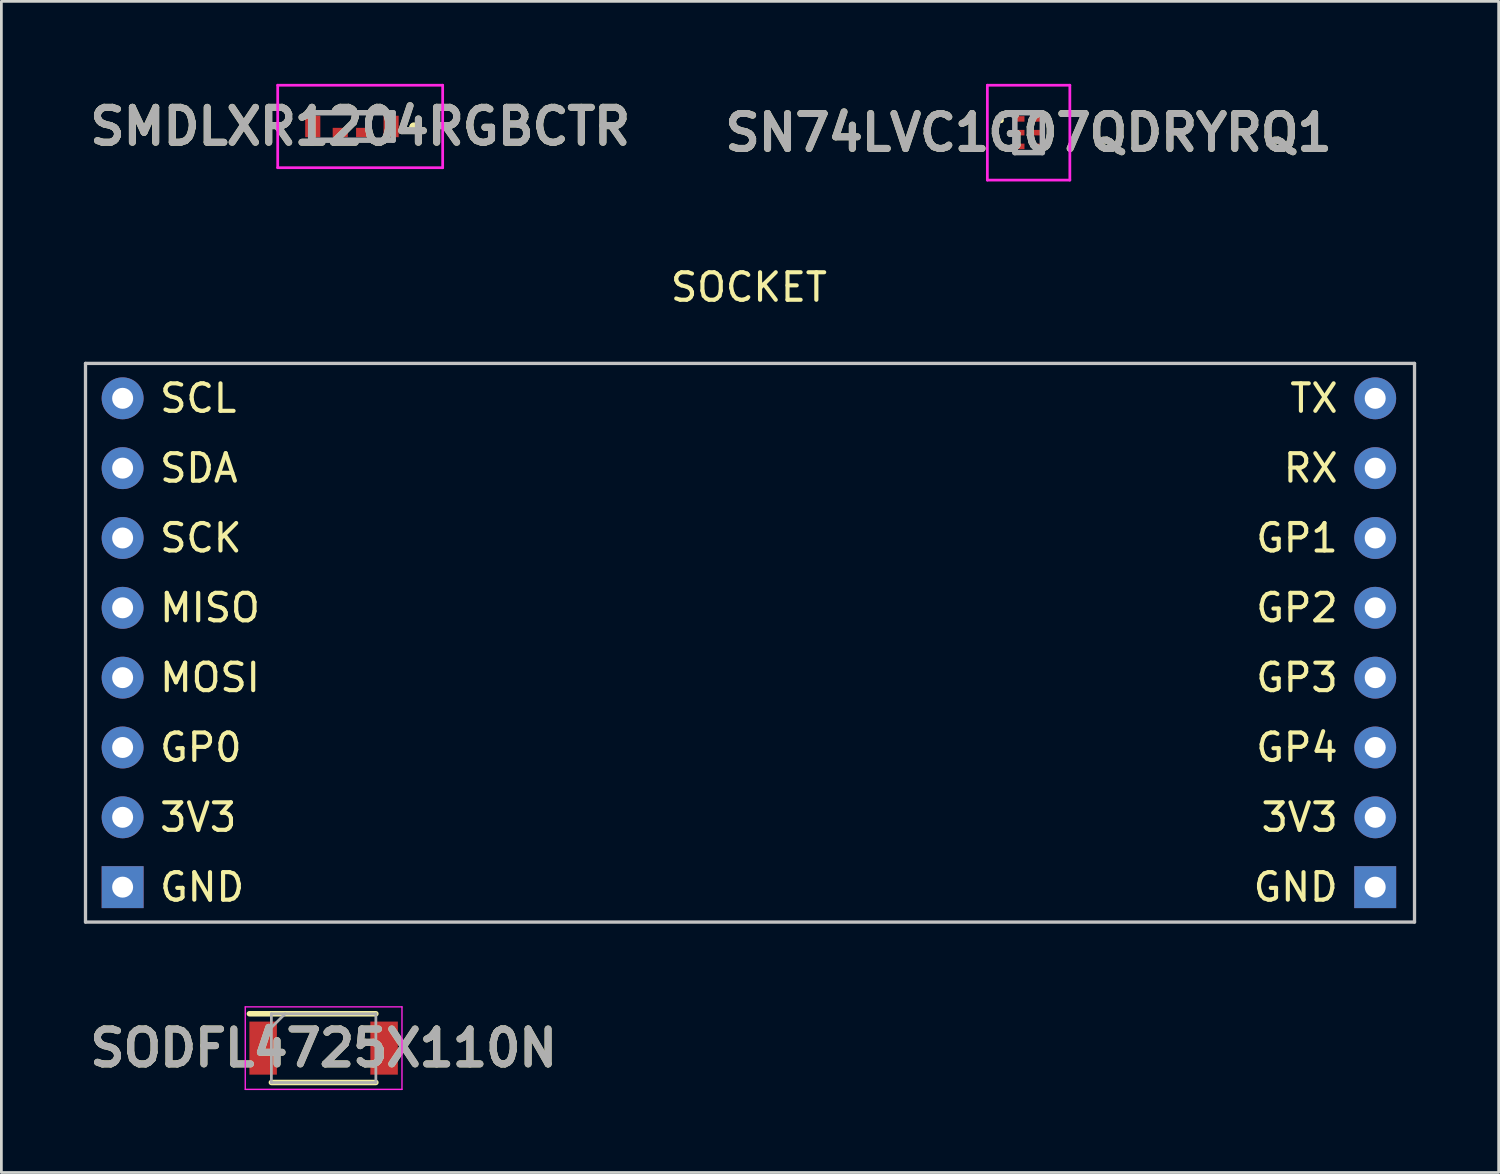
<source format=kicad_pcb>
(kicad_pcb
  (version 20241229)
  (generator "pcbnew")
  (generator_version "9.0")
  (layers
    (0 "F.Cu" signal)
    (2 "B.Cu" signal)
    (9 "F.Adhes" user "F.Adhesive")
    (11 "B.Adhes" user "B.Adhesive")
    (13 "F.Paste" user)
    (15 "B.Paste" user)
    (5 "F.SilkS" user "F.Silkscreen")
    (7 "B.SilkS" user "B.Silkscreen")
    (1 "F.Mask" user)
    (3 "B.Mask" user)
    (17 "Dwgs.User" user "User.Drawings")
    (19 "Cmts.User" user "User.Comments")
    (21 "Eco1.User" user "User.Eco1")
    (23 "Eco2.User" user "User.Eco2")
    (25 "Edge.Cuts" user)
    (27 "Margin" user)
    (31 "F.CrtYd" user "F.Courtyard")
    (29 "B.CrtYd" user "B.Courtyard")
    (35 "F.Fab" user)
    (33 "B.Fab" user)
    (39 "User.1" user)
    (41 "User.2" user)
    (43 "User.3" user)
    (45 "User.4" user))
  (footprint "SN74LVC1G07QDRYRQ1"
    (layer "F.Cu")
    (at 34.363 1.775)
    (property "Reference" "SN74LVC1G07QDRYRQ1" (at 0 0 0) (layer "F.SilkS") (effects (font (size 1.27 1.27) (thickness 0.254))))
    (attr smd)
    (fp_line (start -1 -0.5) (end -1 -0.5) (stroke (width 0.1) (type solid)) (layer "F.SilkS"))
    (fp_line (start -1 -0.4) (end -1 -0.4) (stroke (width 0.1) (type solid)) (layer "F.SilkS"))
    (fp_arc (start -1 -0.5) (mid -0.95 -0.45) (end -1 -0.4) (stroke (width 0.1) (type solid)) (layer "F.SilkS"))
    (fp_arc (start -1 -0.4) (mid -1.05 -0.45) (end -1 -0.5) (stroke (width 0.1) (type solid)) (layer "F.SilkS"))
    (fp_line (start -1.5 -1.725) (end 1.5 -1.725) (stroke (width 0.1) (type solid)) (layer "F.CrtYd"))
    (fp_line (start -1.5 1.725) (end -1.5 -1.725) (stroke (width 0.1) (type solid)) (layer "F.CrtYd"))
    (fp_line (start 1.5 -1.725) (end 1.5 1.725) (stroke (width 0.1) (type solid)) (layer "F.CrtYd"))
    (fp_line (start 1.5 1.725) (end -1.5 1.725) (stroke (width 0.1) (type solid)) (layer "F.CrtYd"))
    (fp_line (start -0.5 -0.725) (end 0.5 -0.725) (stroke (width 0.2) (type solid)) (layer "F.Fab"))
    (fp_line (start -0.5 0.725) (end -0.5 -0.725) (stroke (width 0.2) (type solid)) (layer "F.Fab"))
    (fp_line (start 0.5 -0.725) (end 0.5 0.725) (stroke (width 0.2) (type solid)) (layer "F.Fab"))
    (fp_line (start 0.5 0.725) (end -0.5 0.725) (stroke (width 0.2) (type solid)) (layer "F.Fab"))
    (fp_text user "${REFERENCE}" (at 0 0 0) (layer "F.Fab") (effects (font (size 1.27 1.27) (thickness 0.254))))
    (pad "1" smd rect (at -0.3 -0.5 90) (size 0.2 0.3) (layers "F.Cu" "F.Mask" "F.Paste"))
    (pad "2" smd rect (at -0.3 0 90) (size 0.2 0.3) (layers "F.Cu" "F.Mask" "F.Paste"))
    (pad "3" smd rect (at -0.3 0.5 90) (size 0.2 0.3) (layers "F.Cu" "F.Mask" "F.Paste"))
    (pad "4" smd rect (at 0.3 0.5 90) (size 0.2 0.3) (layers "F.Cu" "F.Mask" "F.Paste"))
    (pad "5" smd rect (at 0.3 0 90) (size 0.2 0.3) (layers "F.Cu" "F.Mask" "F.Paste"))
    (pad "6" smd rect (at 0.3 -0.5 90) (size 0.2 0.3) (layers "F.Cu" "F.Mask" "F.Paste")))
  (footprint "SOCKET"
    (layer "F.Cu")
    (at 24.19 8.898)
    (property "Reference" "SOCKET" (at 0 -1.5 0) (layer "F.SilkS") (effects (font (size 1 1) (thickness 0.15))))
    (attr through_hole)
    (fp_line (start -24.13 1.27) (end 24.21 1.27) (stroke (width 0.12) (type solid)) (layer "Dwgs.User"))
    (fp_line (start -24.13 21.59) (end -24.13 1.27) (stroke (width 0.12) (type solid)) (layer "Dwgs.User"))
    (fp_line (start 24.21 1.27) (end 24.21 21.59) (stroke (width 0.12) (type solid)) (layer "Dwgs.User"))
    (fp_line (start 24.21 21.59) (end -24.13 21.59) (stroke (width 0.12) (type solid)) (layer "Dwgs.User"))
    (fp_text user "GND" (at -21.51 20.32 0) (layer "F.SilkS") (effects (font (size 1 1) (thickness 0.15)) (justify left)))
    (fp_text user "MOSI" (at -21.51 12.7 0) (layer "F.SilkS") (effects (font (size 1 1) (thickness 0.15)) (justify left)))
    (fp_text user "GP4" (at 21.51 15.24 0) (layer "F.SilkS") (effects (font (size 1 1) (thickness 0.15)) (justify right)))
    (fp_text user "GP3" (at 21.51 12.7 0) (layer "F.SilkS") (effects (font (size 1 1) (thickness 0.15)) (justify right)))
    (fp_text user "SCK" (at -21.51 7.62 0) (layer "F.SilkS") (effects (font (size 1 1) (thickness 0.15)) (justify left)))
    (fp_text user "MISO" (at -21.51 10.16 0) (layer "F.SilkS") (effects (font (size 1 1) (thickness 0.15)) (justify left)))
    (fp_text user "TX" (at 21.51 2.54 0) (layer "F.SilkS") (effects (font (size 1 1) (thickness 0.15)) (justify right)))
    (fp_text user "GP0" (at -21.51 15.24 0) (layer "F.SilkS") (effects (font (size 1 1) (thickness 0.15)) (justify left)))
    (fp_text user "SDA" (at -21.51 5.08 0) (layer "F.SilkS") (effects (font (size 1 1) (thickness 0.15)) (justify left)))
    (fp_text user "GP1" (at 21.51 7.62 0) (layer "F.SilkS") (effects (font (size 1 1) (thickness 0.15)) (justify right)))
    (fp_text user "3V3" (at 21.51 17.78 0) (layer "F.SilkS") (effects (font (size 1 1) (thickness 0.15)) (justify right)))
    (fp_text user "GP2" (at 21.51 10.16 0) (layer "F.SilkS") (effects (font (size 1 1) (thickness 0.15)) (justify right)))
    (fp_text user "GND" (at 21.51 20.32 0) (layer "F.SilkS") (effects (font (size 1 1) (thickness 0.15)) (justify right)))
    (fp_text user "3V3" (at -21.51 17.78 0) (layer "F.SilkS") (effects (font (size 1 1) (thickness 0.15)) (justify left)))
    (fp_text user "SCL" (at -21.51 2.54 0) (layer "F.SilkS") (effects (font (size 1 1) (thickness 0.15)) (justify left)))
    (fp_text user "RX" (at 21.51 5.08 0) (layer "F.SilkS") (effects (font (size 1 1) (thickness 0.15)) (justify right)))
    (pad "1" thru_hole circle (at -22.78 2.54) (size 1.524 1.524) (drill 0.762) (layers "*.Cu" "*.Mask"))
    (pad "2" thru_hole circle (at -22.78 5.08) (size 1.524 1.524) (drill 0.762) (layers "*.Cu" "*.Mask"))
    (pad "3" thru_hole circle (at -22.78 7.62) (size 1.524 1.524) (drill 0.762) (layers "*.Cu" "*.Mask"))
    (pad "4" thru_hole circle (at -22.78 10.16) (size 1.524 1.524) (drill 0.762) (layers "*.Cu" "*.Mask"))
    (pad "5" thru_hole circle (at -22.78 12.7) (size 1.524 1.524) (drill 0.762) (layers "*.Cu" "*.Mask"))
    (pad "6" thru_hole circle (at -22.78 15.24) (size 1.524 1.524) (drill 0.762) (layers "*.Cu" "*.Mask"))
    (pad "7" thru_hole circle (at -22.78 17.78) (size 1.524 1.524) (drill 0.762) (layers "*.Cu" "*.Mask"))
    (pad "8" thru_hole rect (at -22.78 20.32) (size 1.524 1.524) (drill 0.762) (layers "*.Cu" "*.Mask"))
    (pad "9" thru_hole rect (at 22.78 20.32) (size 1.524 1.524) (drill 0.762) (layers "*.Cu" "*.Mask"))
    (pad "10" thru_hole circle (at 22.78 17.78) (size 1.524 1.524) (drill 0.762) (layers "*.Cu" "*.Mask"))
    (pad "11" thru_hole circle (at 22.78 15.24) (size 1.524 1.524) (drill 0.762) (layers "*.Cu" "*.Mask"))
    (pad "12" thru_hole circle (at 22.78 12.7) (size 1.524 1.524) (drill 0.762) (layers "*.Cu" "*.Mask"))
    (pad "13" thru_hole circle (at 22.78 10.16) (size 1.524 1.524) (drill 0.762) (layers "*.Cu" "*.Mask"))
    (pad "14" thru_hole circle (at 22.78 7.62) (size 1.524 1.524) (drill 0.762) (layers "*.Cu" "*.Mask"))
    (pad "15" thru_hole circle (at 22.78 5.08) (size 1.524 1.524) (drill 0.762) (layers "*.Cu" "*.Mask"))
    (pad "16" thru_hole circle (at 22.78 2.54) (size 1.524 1.524) (drill 0.762) (layers "*.Cu" "*.Mask")))
  (footprint "SMDLXR1204RGBCTR"
    (layer "F.Cu")
    (at 9.751 1.55)
    (property "Reference" "SMDLXR1204RGBCTR" (at 0.3 0 0) (layer "F.SilkS") (effects (font (size 1.27 1.27) (thickness 0.254))))
    (attr smd)
    (fp_line (start -0.5 -0.5) (end -0.5 -0.5) (stroke (width 0.1) (type solid)) (layer "F.SilkS"))
    (fp_line (start -0.5 -0.5) (end 0.5 -0.5) (stroke (width 0.1) (type solid)) (layer "F.SilkS"))
    (fp_line (start 0.5 -0.5) (end -0.5 -0.5) (stroke (width 0.1) (type solid)) (layer "F.SilkS"))
    (fp_line (start 0.5 -0.5) (end 0.5 -0.5) (stroke (width 0.1) (type solid)) (layer "F.SilkS"))
    (fp_line (start 2.2 0) (end 2.2 0) (stroke (width 0.2) (type solid)) (layer "F.SilkS"))
    (fp_line (start 2.2 0) (end 2.2 0) (stroke (width 0.2) (type solid)) (layer "F.SilkS"))
    (fp_line (start 2.3 0) (end 2.3 0) (stroke (width 0.2) (type solid)) (layer "F.SilkS"))
    (fp_arc (start 2.2 0) (mid 2.25 -0.05) (end 2.3 0) (stroke (width 0.2) (type solid)) (layer "F.SilkS"))
    (fp_arc (start 2.3 0) (mid 2.25 0.05) (end 2.2 0) (stroke (width 0.2) (type solid)) (layer "F.SilkS"))
    (fp_arc (start 2.3 0) (mid 2.25 0.05) (end 2.2 0) (stroke (width 0.2) (type solid)) (layer "F.SilkS"))
    (fp_line (start -2.7 -1.5) (end 3.3 -1.5) (stroke (width 0.1) (type solid)) (layer "F.CrtYd"))
    (fp_line (start -2.7 1.5) (end -2.7 -1.5) (stroke (width 0.1) (type solid)) (layer "F.CrtYd"))
    (fp_line (start 3.3 -1.5) (end 3.3 1.5) (stroke (width 0.1) (type solid)) (layer "F.CrtYd"))
    (fp_line (start 3.3 1.5) (end -2.7 1.5) (stroke (width 0.1) (type solid)) (layer "F.CrtYd"))
    (fp_line (start -1.5 -0.5) (end -1.5 0.5) (stroke (width 0.2) (type solid)) (layer "F.Fab"))
    (fp_line (start -1.5 0.5) (end 1.5 0.5) (stroke (width 0.2) (type solid)) (layer "F.Fab"))
    (fp_line (start 1.5 -0.5) (end -1.5 -0.5) (stroke (width 0.2) (type solid)) (layer "F.Fab"))
    (fp_line (start 1.5 0.5) (end 1.5 -0.5) (stroke (width 0.2) (type solid)) (layer "F.Fab"))
    (fp_text user "${REFERENCE}" (at 0.3 0 0) (layer "F.Fab") (effects (font (size 1.27 1.27) (thickness 0.254))))
    (pad "1" smd rect (at 1.425 0) (size 0.55 0.78) (layers "F.Cu" "F.Mask" "F.Paste"))
    (pad "2" smd rect (at 0.425 0.22 90) (size 0.34 0.55) (layers "F.Cu" "F.Mask" "F.Paste"))
    (pad "3" smd rect (at -0.425 0.22 90) (size 0.34 0.55) (layers "F.Cu" "F.Mask" "F.Paste"))
    (pad "4" smd rect (at -1.425 0) (size 0.55 0.78) (layers "F.Cu" "F.Mask" "F.Paste")))
  (footprint "SODFL4725X110N"
    (layer "F.Cu")
    (at 8.721 35.073)
    (property "Reference" "SODFL4725X110N" (at 0 0 0) (layer "F.SilkS") (effects (font (size 1.27 1.27) (thickness 0.254))))
    (attr smd)
    (fp_line (start -2.7 -1.25) (end 1.9 -1.25) (stroke (width 0.2) (type solid)) (layer "F.SilkS"))
    (fp_line (start -1.9 1.25) (end 1.9 1.25) (stroke (width 0.2) (type solid)) (layer "F.SilkS"))
    (fp_line (start -2.85 -1.5) (end 2.85 -1.5) (stroke (width 0.05) (type solid)) (layer "F.CrtYd"))
    (fp_line (start -2.85 1.5) (end -2.85 -1.5) (stroke (width 0.05) (type solid)) (layer "F.CrtYd"))
    (fp_line (start 2.85 -1.5) (end 2.85 1.5) (stroke (width 0.05) (type solid)) (layer "F.CrtYd"))
    (fp_line (start 2.85 1.5) (end -2.85 1.5) (stroke (width 0.05) (type solid)) (layer "F.CrtYd"))
    (fp_line (start -1.9 -1.25) (end 1.9 -1.25) (stroke (width 0.1) (type solid)) (layer "F.Fab"))
    (fp_line (start -1.9 -0.75) (end -1.4 -1.25) (stroke (width 0.1) (type solid)) (layer "F.Fab"))
    (fp_line (start -1.9 1.25) (end -1.9 -1.25) (stroke (width 0.1) (type solid)) (layer "F.Fab"))
    (fp_line (start 1.9 -1.25) (end 1.9 1.25) (stroke (width 0.1) (type solid)) (layer "F.Fab"))
    (fp_line (start 1.9 1.25) (end -1.9 1.25) (stroke (width 0.1) (type solid)) (layer "F.Fab"))
    (fp_text user "${REFERENCE}" (at 0 0 0) (layer "F.Fab") (effects (font (size 1.27 1.27) (thickness 0.254))))
    (pad "1" smd rect (at -2.2 0) (size 1 1.93) (layers "F.Cu" "F.Mask" "F.Paste"))
    (pad "2" smd rect (at 2.2 0) (size 1 1.93) (layers "F.Cu" "F.Mask" "F.Paste")))
  (gr_rect
    (start -3 -3)
    (end 51.46 39.598)
    (stroke (width 0.1) (type default))
    (fill no)
    (layer "Edge.Cuts")))
</source>
